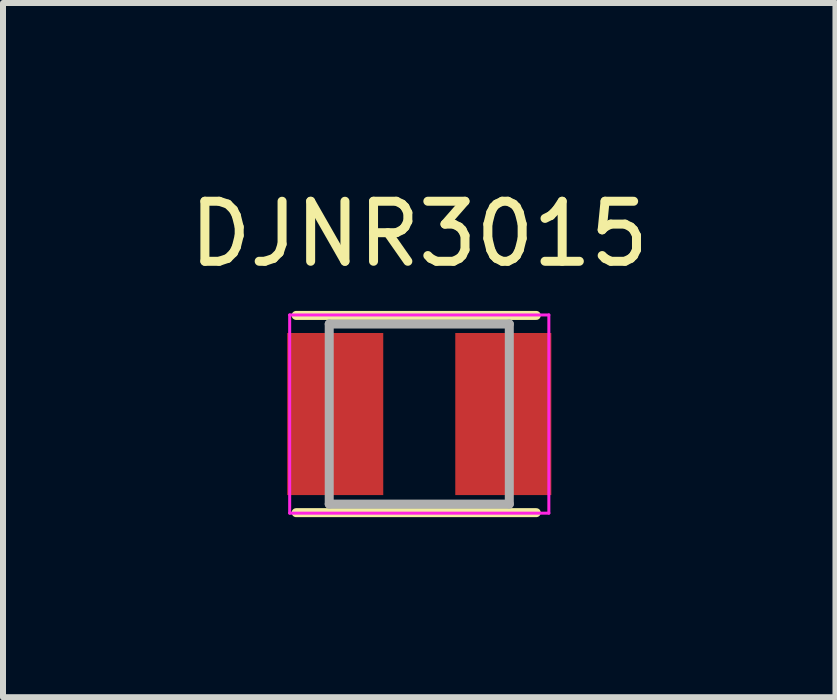
<source format=kicad_pcb>
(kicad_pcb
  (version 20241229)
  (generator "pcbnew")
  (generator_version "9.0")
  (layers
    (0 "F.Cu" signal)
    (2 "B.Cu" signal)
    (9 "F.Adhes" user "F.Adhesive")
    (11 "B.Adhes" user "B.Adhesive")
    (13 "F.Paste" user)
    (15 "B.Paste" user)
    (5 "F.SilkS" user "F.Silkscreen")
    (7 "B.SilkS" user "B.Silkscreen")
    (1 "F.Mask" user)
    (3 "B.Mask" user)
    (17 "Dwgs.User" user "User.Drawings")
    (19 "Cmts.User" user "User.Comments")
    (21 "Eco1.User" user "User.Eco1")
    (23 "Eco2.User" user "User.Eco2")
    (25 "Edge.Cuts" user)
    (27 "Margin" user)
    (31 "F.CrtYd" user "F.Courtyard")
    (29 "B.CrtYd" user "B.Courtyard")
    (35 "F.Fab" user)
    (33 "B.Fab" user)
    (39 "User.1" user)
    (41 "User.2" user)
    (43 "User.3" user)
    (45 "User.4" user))
  (footprint "DJNR3015"
    (layer "F.Cu")
    (at 3.935 3.848)
    (property "Reference" "DJNR3015" (at 0 -3 0) (layer "F.SilkS") (effects (font (size 1 1) (thickness 0.15))))
    (attr smd)
    (fp_line (start -2.051 -1.643) (end 1.949 -1.643) (stroke (width 0.15) (type solid)) (layer "F.SilkS"))
    (fp_line (start -2.051 1.643) (end 1.949 1.643) (stroke (width 0.15) (type solid)) (layer "F.SilkS"))
    (fp_line (start -2.159 -1.651) (end 2.159 -1.651) (stroke (width 0.05) (type solid)) (layer "F.CrtYd"))
    (fp_line (start -2.159 1.651) (end -2.159 -1.651) (stroke (width 0.05) (type solid)) (layer "F.CrtYd"))
    (fp_line (start 2.159 -1.651) (end 2.159 1.651) (stroke (width 0.05) (type solid)) (layer "F.CrtYd"))
    (fp_line (start 2.159 1.651) (end -2.159 1.651) (stroke (width 0.05) (type solid)) (layer "F.CrtYd"))
    (fp_line (start -1.5 -1.5) (end 1.5 -1.5) (stroke (width 0.15) (type solid)) (layer "F.Fab"))
    (fp_line (start -1.5 1.5) (end -1.5 -1.5) (stroke (width 0.15) (type solid)) (layer "F.Fab"))
    (fp_line (start -1.5 1.5) (end 1.5 1.5) (stroke (width 0.15) (type solid)) (layer "F.Fab"))
    (fp_line (start 1.5 1.5) (end 1.5 -1.5) (stroke (width 0.15) (type solid)) (layer "F.Fab"))
    (pad "1" smd rect (at -1.4 0) (size 1.6 2.7) (layers "F.Cu" "F.Mask" "F.Paste"))
    (pad "2" smd rect (at 1.4 0) (size 1.6 2.7) (layers "F.Cu" "F.Mask" "F.Paste")))
  (gr_rect
    (start -3 -3)
    (end 10.869 8.566)
    (stroke (width 0.1) (type default))
    (fill no)
    (layer "Edge.Cuts")))
</source>
